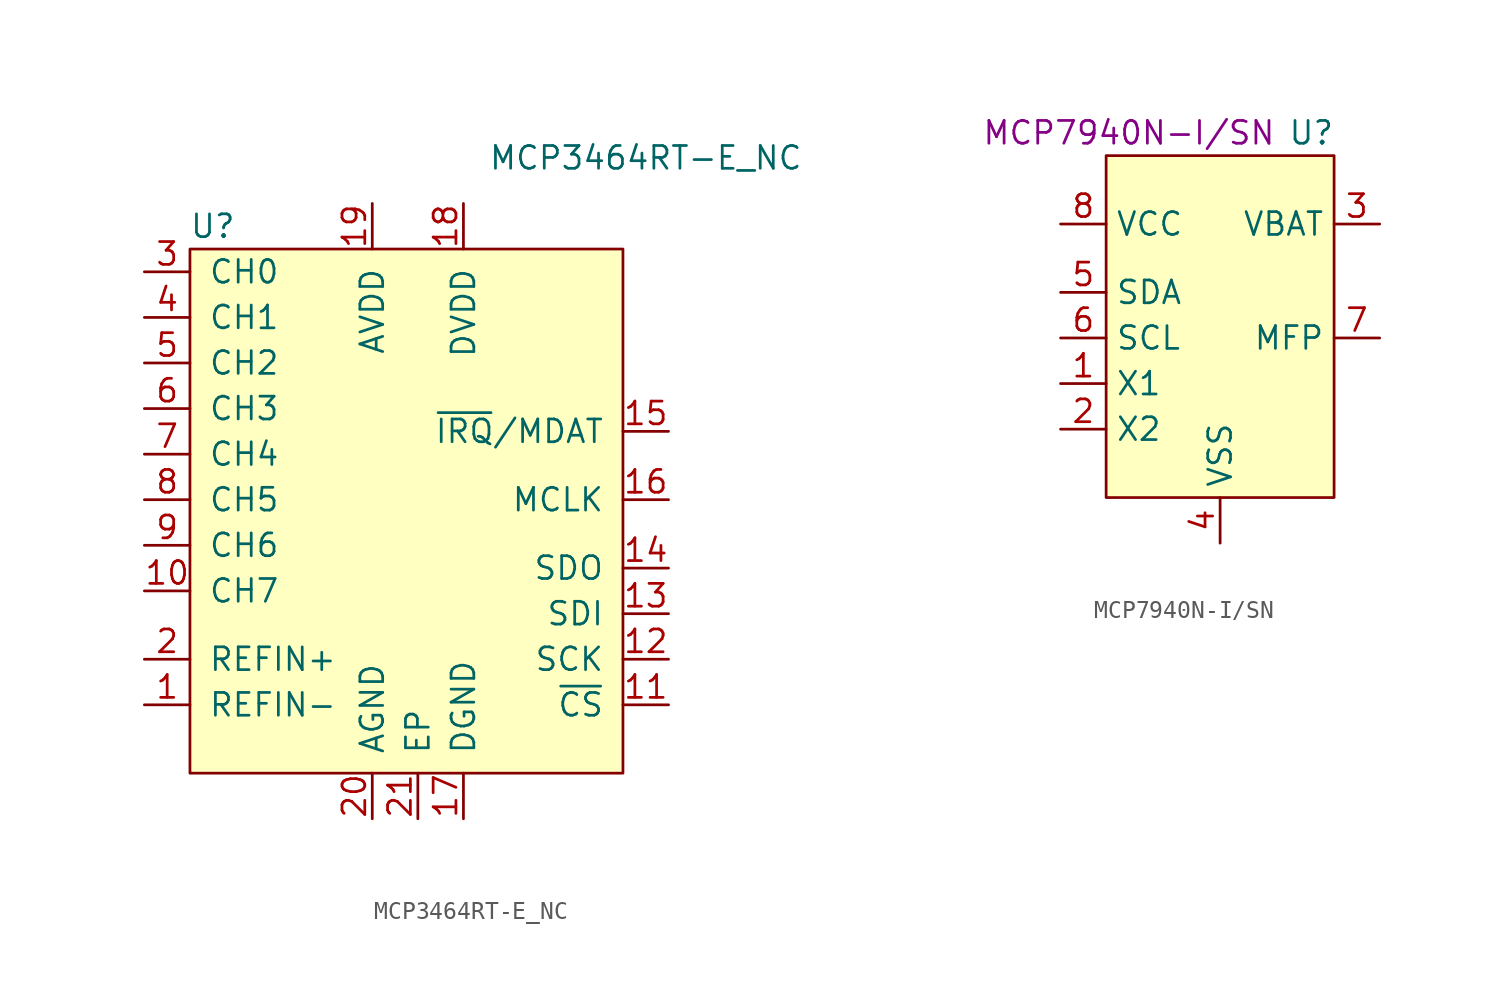
<source format=kicad_sym>
(kicad_symbol_lib
  (version 20220914)
  (generator kicad_symbol_editor)
  (symbol "MCP3464RT-E_NC"
    (pin_names
      (offset 1.016))
    (property "Reference" "U"
      (at -11.43 25.4 0)
      (effects (font (size 1.27 1.27))))
    (property "Value" "MCP3464RT-E_NC"
      (at 12.7 29.21 0)
      (effects (font (size 1.27 1.27))))
    (symbol "MCP3464RT-E_NC_0_1"
      (rectangle (start -12.7 24.13) (end 11.43 -5.08) (stroke (width 0) (type solid)) (fill (type background))))
    (symbol "MCP3464RT-E_NC_1_1"
      (pin passive line (at -15.24 -1.27 0) (length 2.54) (name "REFIN-" (effects (font (size 1.27 1.27)))) (number "1" (effects (font (size 1.27 1.27)))))
      (pin passive line (at -15.24 5.08 0) (length 2.54) (name "CH7" (effects (font (size 1.27 1.27)))) (number "10" (effects (font (size 1.27 1.27)))))
      (pin passive line (at 13.97 -1.27 180) (length 2.54) (name "~{CS}" (effects (font (size 1.27 1.27)))) (number "11" (effects (font (size 1.27 1.27)))))
      (pin passive line (at 13.97 1.27 180) (length 2.54) (name "SCK" (effects (font (size 1.27 1.27)))) (number "12" (effects (font (size 1.27 1.27)))))
      (pin passive line (at 13.97 3.81 180) (length 2.54) (name "SDI" (effects (font (size 1.27 1.27)))) (number "13" (effects (font (size 1.27 1.27)))))
      (pin passive line (at 13.97 6.35 180) (length 2.54) (name "SDO" (effects (font (size 1.27 1.27)))) (number "14" (effects (font (size 1.27 1.27)))))
      (pin passive line (at 13.97 13.97 180) (length 2.54) (name "~{IRQ}/MDAT" (effects (font (size 1.27 1.27)))) (number "15" (effects (font (size 1.27 1.27)))))
      (pin passive line (at 13.97 10.16 180) (length 2.54) (name "MCLK" (effects (font (size 1.27 1.27)))) (number "16" (effects (font (size 1.27 1.27)))))
      (pin passive line (at 2.54 -7.62 90) (length 2.54) (name "DGND" (effects (font (size 1.27 1.27)))) (number "17" (effects (font (size 1.27 1.27)))))
      (pin passive line (at 2.54 26.67 270) (length 2.54) (name "DVDD" (effects (font (size 1.27 1.27)))) (number "18" (effects (font (size 1.27 1.27)))))
      (pin passive line (at -2.54 26.67 270) (length 2.54) (name "AVDD" (effects (font (size 1.27 1.27)))) (number "19" (effects (font (size 1.27 1.27)))))
      (pin passive line (at -15.24 1.27 0) (length 2.54) (name "REFIN+" (effects (font (size 1.27 1.27)))) (number "2" (effects (font (size 1.27 1.27)))))
      (pin passive line (at -2.54 -7.62 90) (length 2.54) (name "AGND" (effects (font (size 1.27 1.27)))) (number "20" (effects (font (size 1.27 1.27)))))
      (pin passive line (at 0 -7.62 90) (length 2.54) (name "EP" (effects (font (size 1.27 1.27)))) (number "21" (effects (font (size 1.27 1.27)))))
      (pin passive line (at -15.24 22.86 0) (length 2.54) (name "CH0" (effects (font (size 1.27 1.27)))) (number "3" (effects (font (size 1.27 1.27)))))
      (pin passive line (at -15.24 20.32 0) (length 2.54) (name "CH1" (effects (font (size 1.27 1.27)))) (number "4" (effects (font (size 1.27 1.27)))))
      (pin passive line (at -15.24 17.78 0) (length 2.54) (name "CH2" (effects (font (size 1.27 1.27)))) (number "5" (effects (font (size 1.27 1.27)))))
      (pin passive line (at -15.24 15.24 0) (length 2.54) (name "CH3" (effects (font (size 1.27 1.27)))) (number "6" (effects (font (size 1.27 1.27)))))
      (pin passive line (at -15.24 12.7 0) (length 2.54) (name "CH4" (effects (font (size 1.27 1.27)))) (number "7" (effects (font (size 1.27 1.27)))))
      (pin passive line (at -15.24 10.16 0) (length 2.54) (name "CH5" (effects (font (size 1.27 1.27)))) (number "8" (effects (font (size 1.27 1.27)))))
      (pin passive line (at -15.24 7.62 0) (length 2.54) (name "CH6" (effects (font (size 1.27 1.27)))) (number "9" (effects (font (size 1.27 1.27)))))))
  (symbol "MCP7940N-I/SN"
    (property "Reference" "U"
      (at 5.08 12.7 0)
      (effects (font (size 1.27 1.27))))
    (property "MPN" "MCP7940N-I/SN"
      (at -5.08 12.7 0)
      (effects (font (size 1.27 1.27))))
    (symbol "MCP7940N-I/SN_1_1"
      (rectangle (start -6.35 11.43) (end 6.35 -7.62) (stroke (width 0) (type default)) (fill (type background)))
      (pin passive line (at -8.89 -1.27 0) (length 2.54) (name "X1" (effects (font (size 1.27 1.27)))) (number "1" (effects (font (size 1.27 1.27)))))
      (pin passive line (at -8.89 -3.81 0) (length 2.54) (name "X2" (effects (font (size 1.27 1.27)))) (number "2" (effects (font (size 1.27 1.27)))))
      (pin passive line (at 8.89 7.62 180) (length 2.54) (name "VBAT" (effects (font (size 1.27 1.27)))) (number "3" (effects (font (size 1.27 1.27)))))
      (pin passive line (at 0 -10.16 90) (length 2.54) (name "VSS" (effects (font (size 1.27 1.27)))) (number "4" (effects (font (size 1.27 1.27)))))
      (pin passive line (at -8.89 3.81 0) (length 2.54) (name "SDA" (effects (font (size 1.27 1.27)))) (number "5" (effects (font (size 1.27 1.27)))))
      (pin passive line (at -8.89 1.27 0) (length 2.54) (name "SCL" (effects (font (size 1.27 1.27)))) (number "6" (effects (font (size 1.27 1.27)))))
      (pin passive line (at 8.89 1.27 180) (length 2.54) (name "MFP" (effects (font (size 1.27 1.27)))) (number "7" (effects (font (size 1.27 1.27)))))
      (pin passive line (at -8.89 7.62 0) (length 2.54) (name "VCC" (effects (font (size 1.27 1.27)))) (number "8" (effects (font (size 1.27 1.27))))))))
</source>
